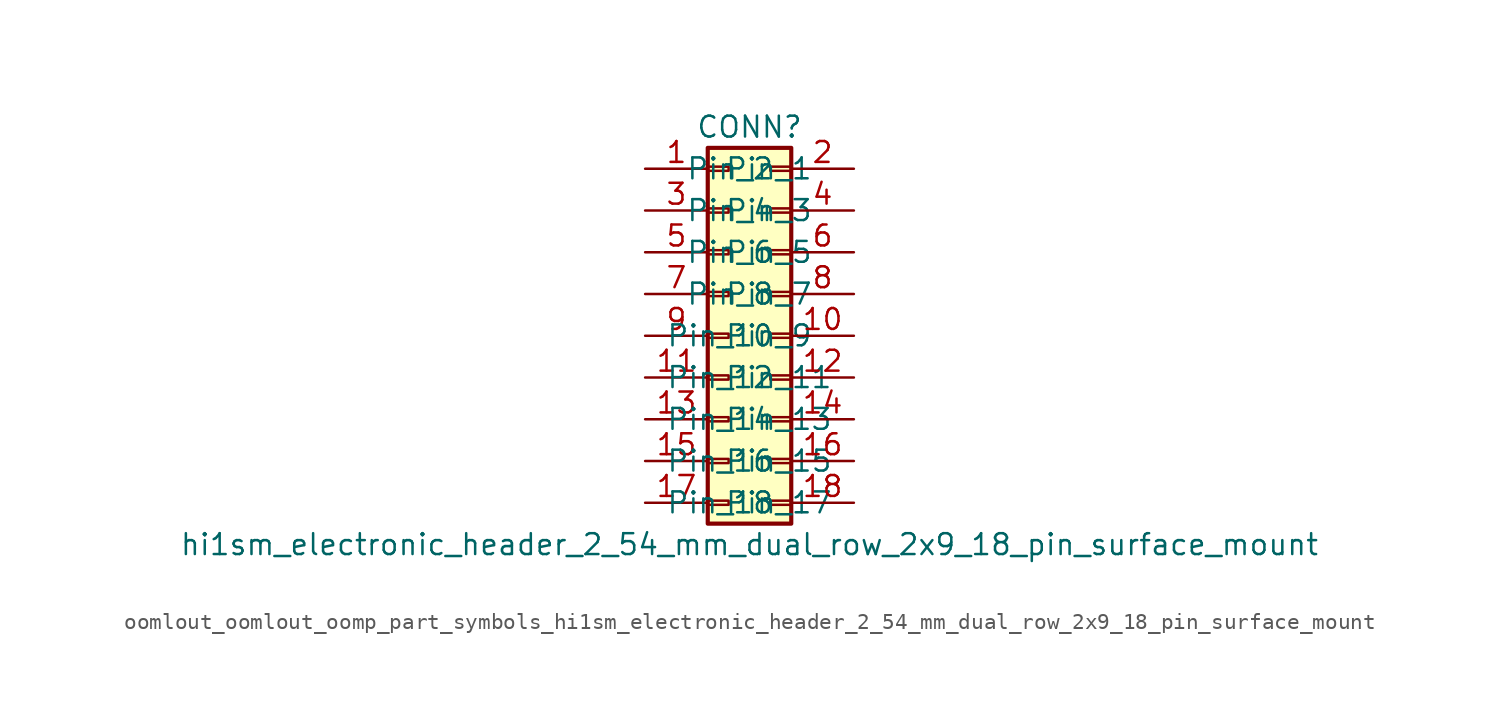
<source format=kicad_sym>
(kicad_symbol_lib
  (version 20220914)
  (generator kicad_symbol_editor)
  (symbol "oomlout_oomlout_oomp_part_symbols_hi1sm_electronic_header_2_54_mm_dual_row_2x9_18_pin_surface_mount"
    (pin_names
      (offset 1.016))
    (property "Reference" "CONN"
      (at 1.27 12.7 0)
      (effects (font (size 1.27 1.27))))
    (property "Value" "hi1sm_electronic_header_2_54_mm_dual_row_2x9_18_pin_surface_mount"
      (at 1.27 -12.7 0)
      (effects (font (size 1.27 1.27))))
    (symbol "oomlout_oomlout_oomp_part_symbols_hi1sm_electronic_header_2_54_mm_dual_row_2x9_18_pin_surface_mount_1_1"
      (rectangle (start -1.27 -10.033) (end 0 -10.287) (stroke (width 0.152) (type default)) (fill (type none)))
      (rectangle (start -1.27 -7.493) (end 0 -7.747) (stroke (width 0.152) (type default)) (fill (type none)))
      (rectangle (start -1.27 -4.953) (end 0 -5.207) (stroke (width 0.152) (type default)) (fill (type none)))
      (rectangle (start -1.27 -2.413) (end 0 -2.667) (stroke (width 0.152) (type default)) (fill (type none)))
      (rectangle (start -1.27 0.127) (end 0 -0.127) (stroke (width 0.152) (type default)) (fill (type none)))
      (rectangle (start -1.27 2.667) (end 0 2.413) (stroke (width 0.152) (type default)) (fill (type none)))
      (rectangle (start -1.27 5.207) (end 0 4.953) (stroke (width 0.152) (type default)) (fill (type none)))
      (rectangle (start -1.27 7.747) (end 0 7.493) (stroke (width 0.152) (type default)) (fill (type none)))
      (rectangle (start -1.27 10.287) (end 0 10.033) (stroke (width 0.152) (type default)) (fill (type none)))
      (rectangle (start -1.27 11.43) (end 3.81 -11.43) (stroke (width 0.254) (type default)) (fill (type background)))
      (rectangle (start 3.81 -10.033) (end 2.54 -10.287) (stroke (width 0.152) (type default)) (fill (type none)))
      (rectangle (start 3.81 -7.493) (end 2.54 -7.747) (stroke (width 0.152) (type default)) (fill (type none)))
      (rectangle (start 3.81 -4.953) (end 2.54 -5.207) (stroke (width 0.152) (type default)) (fill (type none)))
      (rectangle (start 3.81 -2.413) (end 2.54 -2.667) (stroke (width 0.152) (type default)) (fill (type none)))
      (rectangle (start 3.81 0.127) (end 2.54 -0.127) (stroke (width 0.152) (type default)) (fill (type none)))
      (rectangle (start 3.81 2.667) (end 2.54 2.413) (stroke (width 0.152) (type default)) (fill (type none)))
      (rectangle (start 3.81 5.207) (end 2.54 4.953) (stroke (width 0.152) (type default)) (fill (type none)))
      (rectangle (start 3.81 7.747) (end 2.54 7.493) (stroke (width 0.152) (type default)) (fill (type none)))
      (rectangle (start 3.81 10.287) (end 2.54 10.033) (stroke (width 0.152) (type default)) (fill (type none)))
      (pin passive line (at -5.08 10.16 0) (length 3.81) (name "Pin_1" (effects (font (size 1.27 1.27)))) (number "1" (effects (font (size 1.27 1.27)))))
      (pin passive line (at 7.62 0 180) (length 3.81) (name "Pin_10" (effects (font (size 1.27 1.27)))) (number "10" (effects (font (size 1.27 1.27)))))
      (pin passive line (at -5.08 -2.54 0) (length 3.81) (name "Pin_11" (effects (font (size 1.27 1.27)))) (number "11" (effects (font (size 1.27 1.27)))))
      (pin passive line (at 7.62 -2.54 180) (length 3.81) (name "Pin_12" (effects (font (size 1.27 1.27)))) (number "12" (effects (font (size 1.27 1.27)))))
      (pin passive line (at -5.08 -5.08 0) (length 3.81) (name "Pin_13" (effects (font (size 1.27 1.27)))) (number "13" (effects (font (size 1.27 1.27)))))
      (pin passive line (at 7.62 -5.08 180) (length 3.81) (name "Pin_14" (effects (font (size 1.27 1.27)))) (number "14" (effects (font (size 1.27 1.27)))))
      (pin passive line (at -5.08 -7.62 0) (length 3.81) (name "Pin_15" (effects (font (size 1.27 1.27)))) (number "15" (effects (font (size 1.27 1.27)))))
      (pin passive line (at 7.62 -7.62 180) (length 3.81) (name "Pin_16" (effects (font (size 1.27 1.27)))) (number "16" (effects (font (size 1.27 1.27)))))
      (pin passive line (at -5.08 -10.16 0) (length 3.81) (name "Pin_17" (effects (font (size 1.27 1.27)))) (number "17" (effects (font (size 1.27 1.27)))))
      (pin passive line (at 7.62 -10.16 180) (length 3.81) (name "Pin_18" (effects (font (size 1.27 1.27)))) (number "18" (effects (font (size 1.27 1.27)))))
      (pin passive line (at 7.62 10.16 180) (length 3.81) (name "Pin_2" (effects (font (size 1.27 1.27)))) (number "2" (effects (font (size 1.27 1.27)))))
      (pin passive line (at -5.08 7.62 0) (length 3.81) (name "Pin_3" (effects (font (size 1.27 1.27)))) (number "3" (effects (font (size 1.27 1.27)))))
      (pin passive line (at 7.62 7.62 180) (length 3.81) (name "Pin_4" (effects (font (size 1.27 1.27)))) (number "4" (effects (font (size 1.27 1.27)))))
      (pin passive line (at -5.08 5.08 0) (length 3.81) (name "Pin_5" (effects (font (size 1.27 1.27)))) (number "5" (effects (font (size 1.27 1.27)))))
      (pin passive line (at 7.62 5.08 180) (length 3.81) (name "Pin_6" (effects (font (size 1.27 1.27)))) (number "6" (effects (font (size 1.27 1.27)))))
      (pin passive line (at -5.08 2.54 0) (length 3.81) (name "Pin_7" (effects (font (size 1.27 1.27)))) (number "7" (effects (font (size 1.27 1.27)))))
      (pin passive line (at 7.62 2.54 180) (length 3.81) (name "Pin_8" (effects (font (size 1.27 1.27)))) (number "8" (effects (font (size 1.27 1.27)))))
      (pin passive line (at -5.08 0 0) (length 3.81) (name "Pin_9" (effects (font (size 1.27 1.27)))) (number "9" (effects (font (size 1.27 1.27))))))))
</source>
